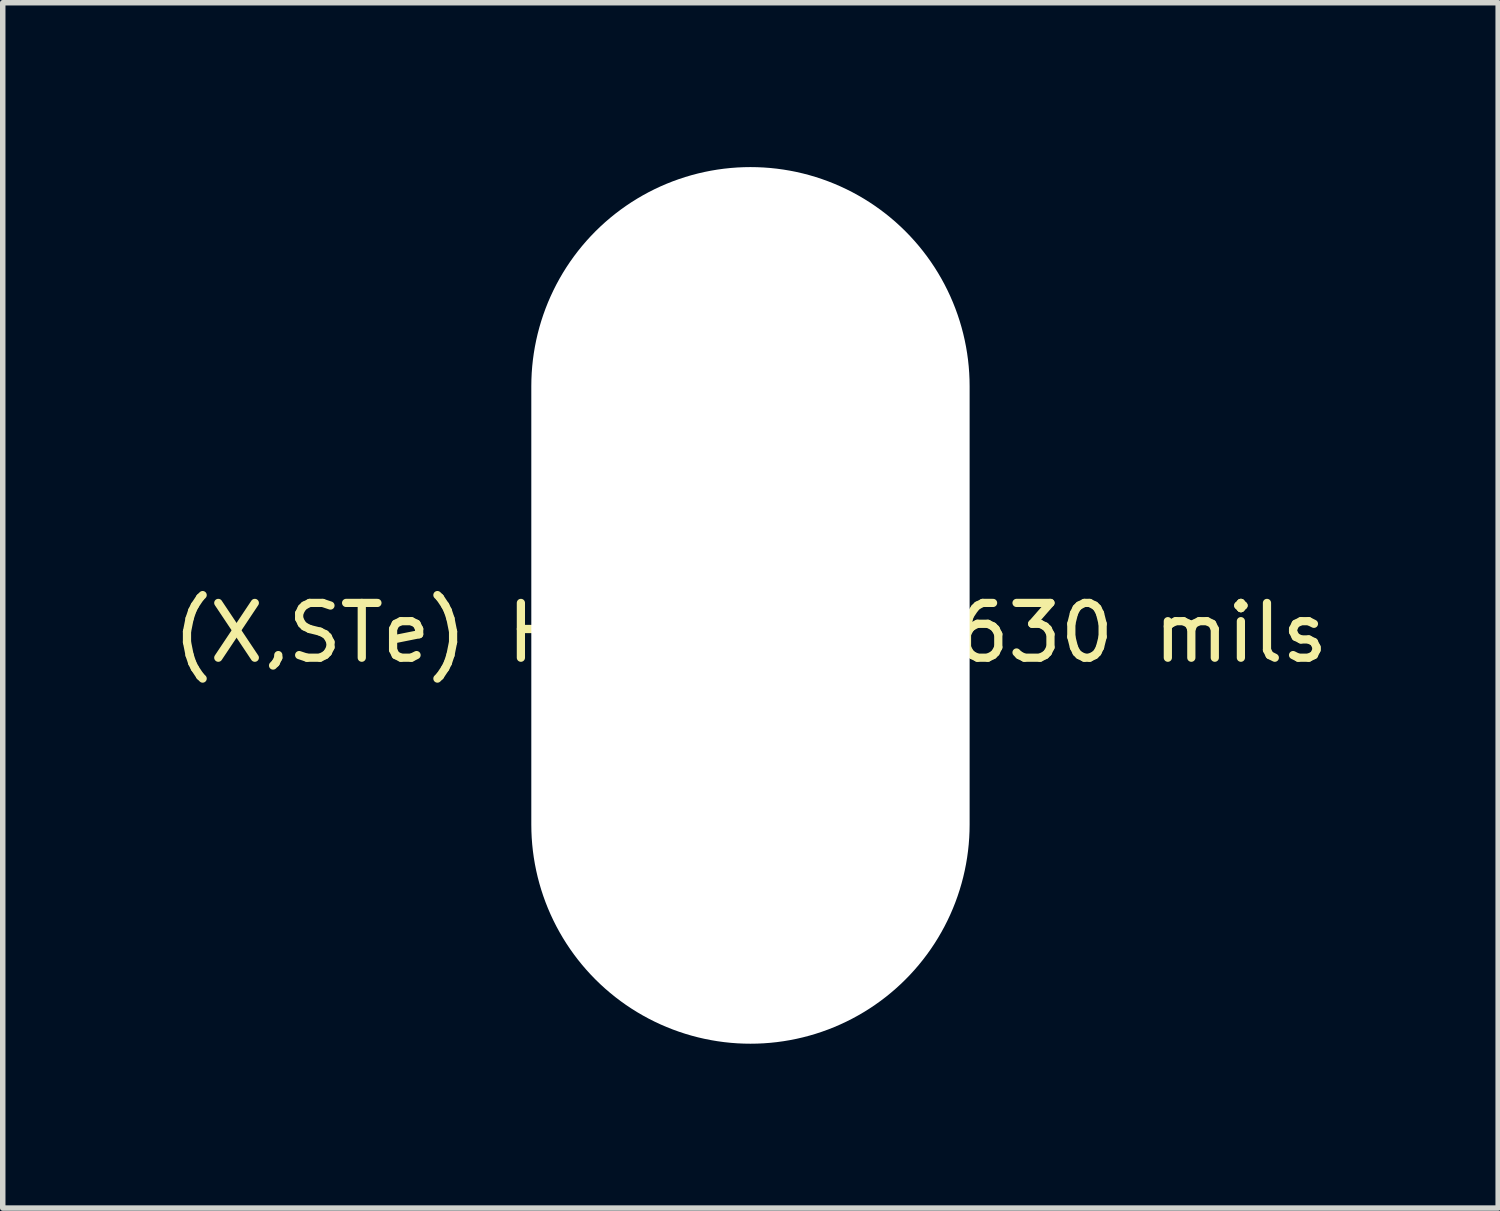
<source format=kicad_pcb>
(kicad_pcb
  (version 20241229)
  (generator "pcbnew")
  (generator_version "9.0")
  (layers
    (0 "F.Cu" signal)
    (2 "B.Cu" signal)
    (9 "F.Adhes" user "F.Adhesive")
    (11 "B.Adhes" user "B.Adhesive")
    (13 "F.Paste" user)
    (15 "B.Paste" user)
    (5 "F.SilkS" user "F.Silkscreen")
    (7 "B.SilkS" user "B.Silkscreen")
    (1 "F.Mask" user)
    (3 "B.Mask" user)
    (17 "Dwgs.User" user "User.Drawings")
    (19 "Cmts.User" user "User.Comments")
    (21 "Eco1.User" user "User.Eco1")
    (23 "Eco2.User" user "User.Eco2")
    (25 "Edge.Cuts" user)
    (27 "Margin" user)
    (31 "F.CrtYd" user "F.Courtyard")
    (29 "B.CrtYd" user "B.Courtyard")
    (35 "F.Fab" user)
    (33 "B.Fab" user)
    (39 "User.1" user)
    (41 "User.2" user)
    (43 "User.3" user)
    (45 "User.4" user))
  (footprint "(X,STe) Hole 315×630 mils"
    (layer "F.Cu")
    (at 10.649 8.001)
    (property "Reference" "(X,STe) Hole 315×630 mils" (at 0 0.5 0) (layer "F.SilkS") (effects (font (size 1 1) (thickness 0.15))))
    (attr through_hole)
    (pad "" np_thru_hole oval (at 0 0) (size 8.001 16.002) (drill oval 8.001 16.002) (layers "*.Cu" "*.Mask")))
  (gr_rect
    (start -3 -3)
    (end 24.298 19.002)
    (stroke (width 0.1) (type default))
    (fill no)
    (layer "Edge.Cuts")))
</source>
